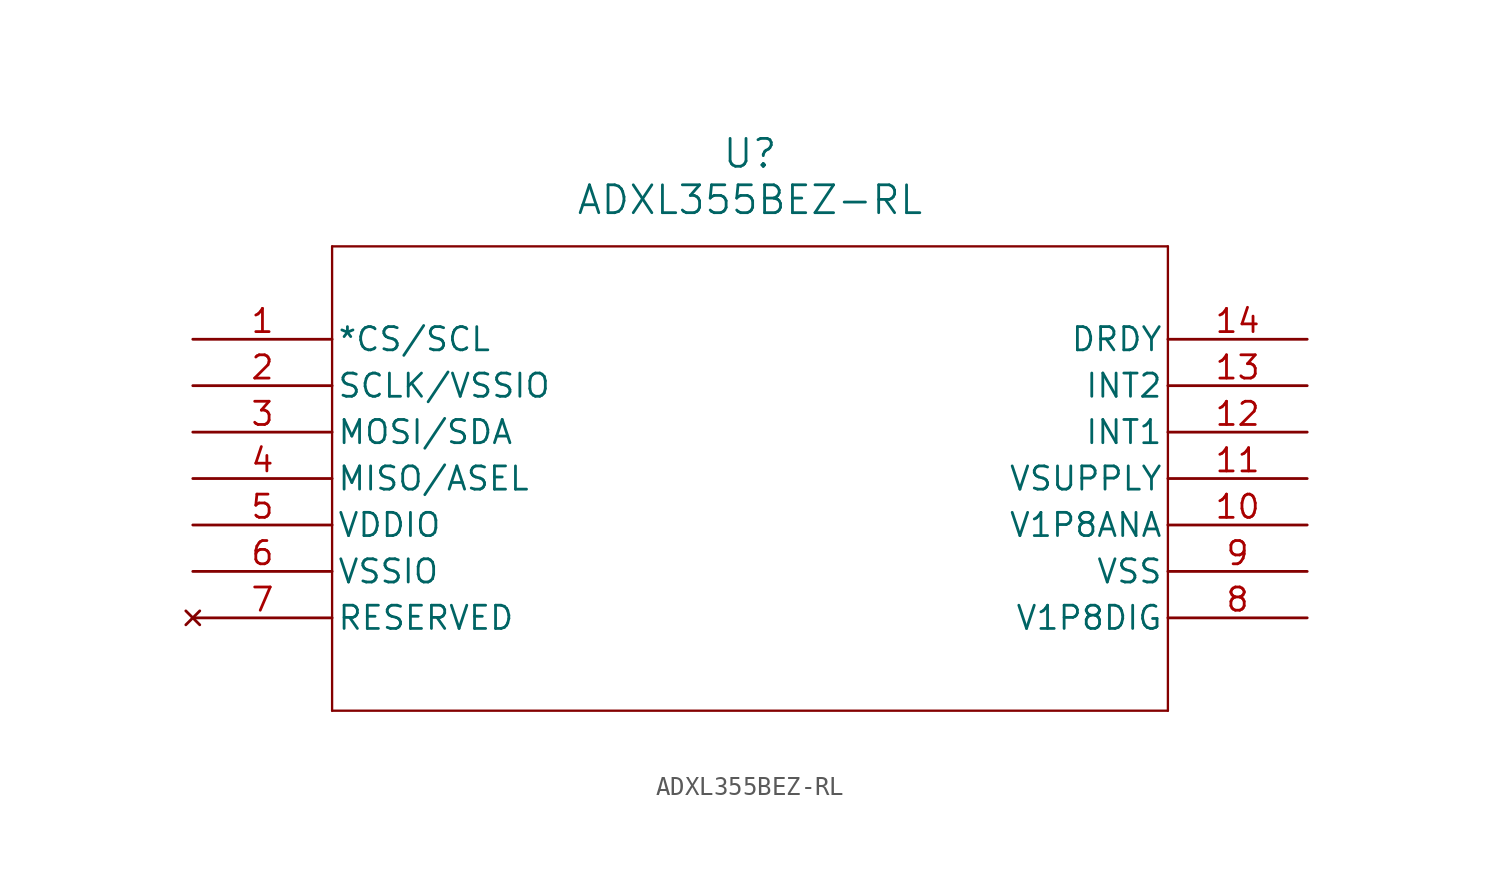
<source format=kicad_sym>
(kicad_symbol_lib
  (version 20211014)
  (generator kicad_symbol_editor)
  (symbol "ADXL355BEZ-RL"
    (pin_names
      (offset 0.254))
    (property "Reference" "U"
      (at 30.48 10.16 0)
      (effects (font (size 1.524 1.524))))
    (property "Value" "ADXL355BEZ-RL"
      (at 30.48 7.62 0)
      (effects (font (size 1.524 1.524))))
    (symbol "ADXL355BEZ-RL_0_1"
      (polyline (pts (xy 7.62 5.08) (xy 7.62 -20.32)) (stroke (width 0.127) (type default) (color 0 0 0 0)) (fill (type none)))
      (polyline (pts (xy 7.62 -20.32) (xy 53.34 -20.32)) (stroke (width 0.127) (type default) (color 0 0 0 0)) (fill (type none)))
      (polyline (pts (xy 53.34 -20.32) (xy 53.34 5.08)) (stroke (width 0.127) (type default) (color 0 0 0 0)) (fill (type none)))
      (polyline (pts (xy 53.34 5.08) (xy 7.62 5.08)) (stroke (width 0.127) (type default) (color 0 0 0 0)) (fill (type none)))
      (pin input line (at 0 0 0) (length 7.62) (name "*CS/SCL" (effects (font (size 1.27 1.27)))) (number "1" (effects (font (size 1.27 1.27)))))
      (pin power_out line (at 0 -2.54 0) (length 7.62) (name "SCLK/VSSIO" (effects (font (size 1.27 1.27)))) (number "2" (effects (font (size 1.27 1.27)))))
      (pin bidirectional line (at 0 -5.08 0) (length 7.62) (name "MOSI/SDA" (effects (font (size 1.27 1.27)))) (number "3" (effects (font (size 1.27 1.27)))))
      (pin input line (at 0 -7.62 0) (length 7.62) (name "MISO/ASEL" (effects (font (size 1.27 1.27)))) (number "4" (effects (font (size 1.27 1.27)))))
      (pin power_in line (at 0 -10.16 0) (length 7.62) (name "VDDIO" (effects (font (size 1.27 1.27)))) (number "5" (effects (font (size 1.27 1.27)))))
      (pin power_out line (at 0 -12.7 0) (length 7.62) (name "VSSIO" (effects (font (size 1.27 1.27)))) (number "6" (effects (font (size 1.27 1.27)))))
      (pin no_connect line (at 0 -15.24 0) (length 7.62) (name "RESERVED" (effects (font (size 1.27 1.27)))) (number "7" (effects (font (size 1.27 1.27)))))
      (pin power_in line (at 60.96 -15.24 180) (length 7.62) (name "V1P8DIG" (effects (font (size 1.27 1.27)))) (number "8" (effects (font (size 1.27 1.27)))))
      (pin power_out line (at 60.96 -12.7 180) (length 7.62) (name "VSS" (effects (font (size 1.27 1.27)))) (number "9" (effects (font (size 1.27 1.27)))))
      (pin power_in line (at 60.96 -10.16 180) (length 7.62) (name "V1P8ANA" (effects (font (size 1.27 1.27)))) (number "10" (effects (font (size 1.27 1.27)))))
      (pin power_in line (at 60.96 -7.62 180) (length 7.62) (name "VSUPPLY" (effects (font (size 1.27 1.27)))) (number "11" (effects (font (size 1.27 1.27)))))
      (pin output line (at 60.96 -5.08 180) (length 7.62) (name "INT1" (effects (font (size 1.27 1.27)))) (number "12" (effects (font (size 1.27 1.27)))))
      (pin output line (at 60.96 -2.54 180) (length 7.62) (name "INT2" (effects (font (size 1.27 1.27)))) (number "13" (effects (font (size 1.27 1.27)))))
      (pin unspecified line (at 60.96 0 180) (length 7.62) (name "DRDY" (effects (font (size 1.27 1.27)))) (number "14" (effects (font (size 1.27 1.27))))))))
</source>
